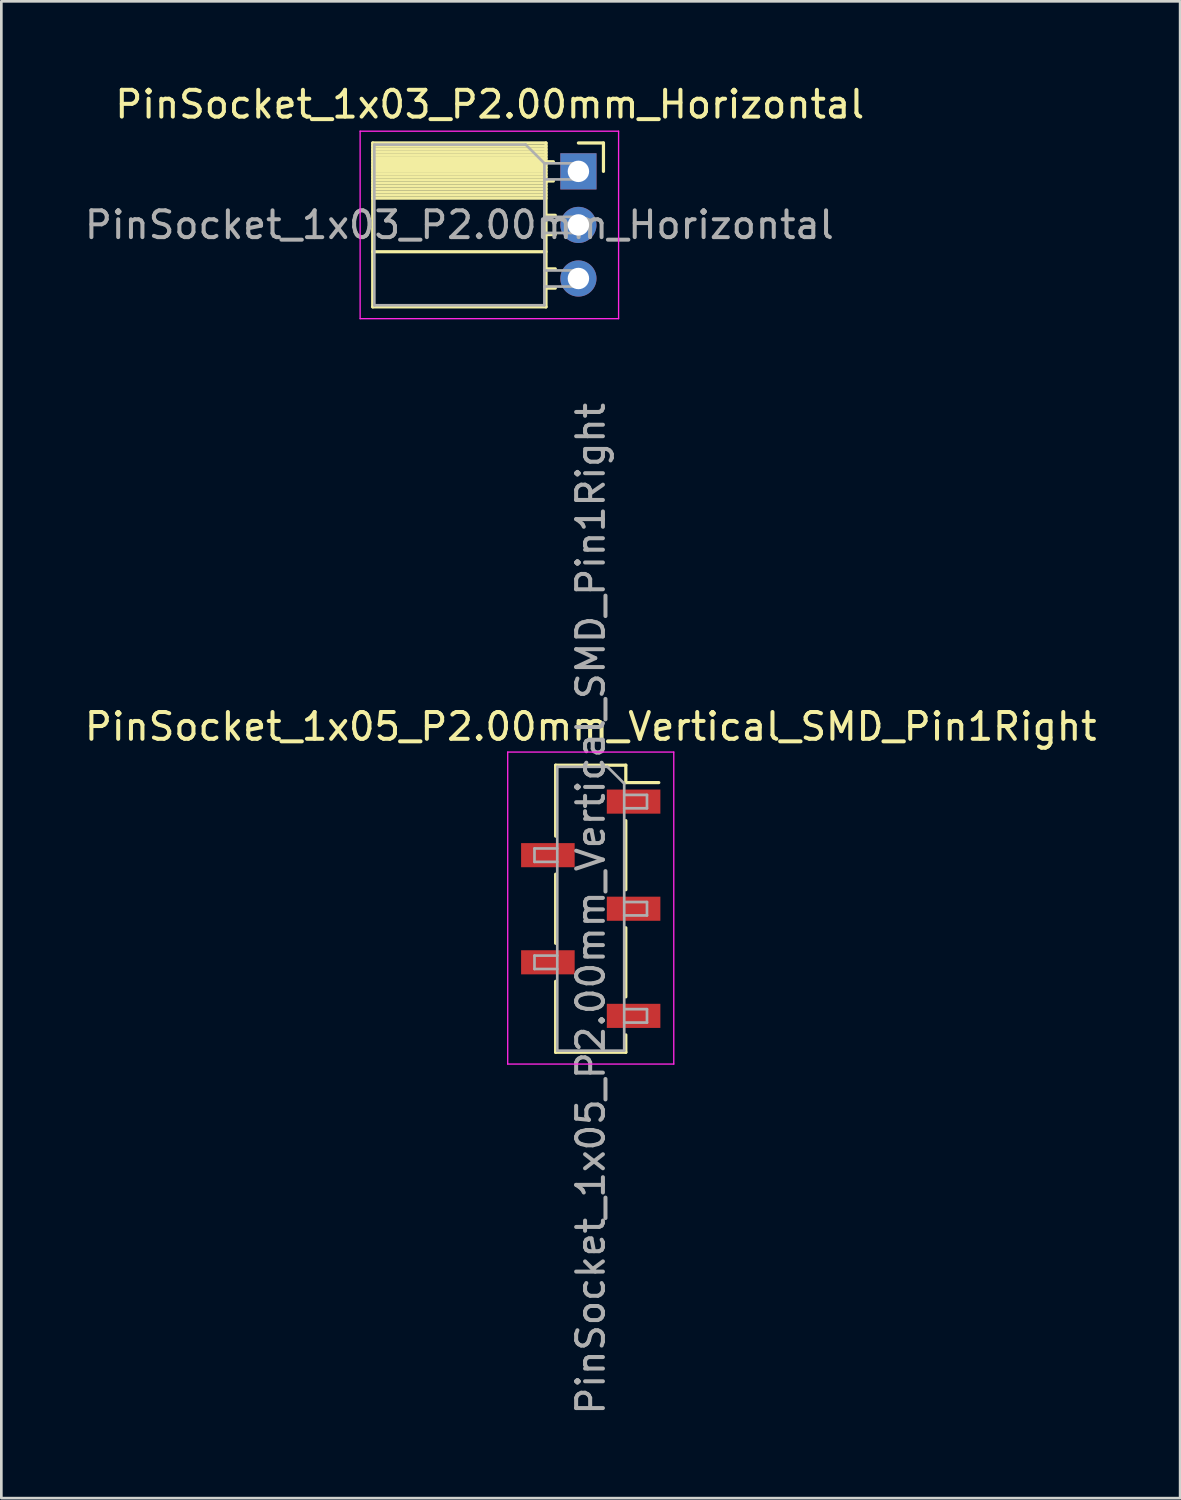
<source format=kicad_pcb>
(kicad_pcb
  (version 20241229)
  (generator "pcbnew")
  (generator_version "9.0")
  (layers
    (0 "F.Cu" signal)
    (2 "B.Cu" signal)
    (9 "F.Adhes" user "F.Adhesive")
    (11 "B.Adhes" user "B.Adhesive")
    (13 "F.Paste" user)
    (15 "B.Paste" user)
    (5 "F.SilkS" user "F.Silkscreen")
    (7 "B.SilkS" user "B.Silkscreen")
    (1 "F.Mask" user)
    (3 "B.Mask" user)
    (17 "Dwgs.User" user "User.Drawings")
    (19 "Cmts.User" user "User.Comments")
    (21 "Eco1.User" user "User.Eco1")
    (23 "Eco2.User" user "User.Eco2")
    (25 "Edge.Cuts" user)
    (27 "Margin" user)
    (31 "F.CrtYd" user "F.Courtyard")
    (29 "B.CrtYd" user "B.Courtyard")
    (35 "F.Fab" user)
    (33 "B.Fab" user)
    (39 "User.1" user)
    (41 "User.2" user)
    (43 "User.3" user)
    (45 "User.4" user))
  (footprint "PinSocket_1x05_P2.00mm_Vertical_SMD_Pin1Right"
    (layer "F.Cu")
    (at 19.006 30.879)
    (property "Reference" "PinSocket_1x05_P2.00mm_Vertical_SMD_Pin1Right" (at 0 -6.8 0) (layer "F.SilkS") (effects (font (size 1 1) (thickness 0.15))))
    (attr smd)
    (fp_line (start -1.31 -5.36) (end -1.31 -2.71) (stroke (width 0.12) (type solid)) (layer "F.SilkS"))
    (fp_line (start -1.31 -5.36) (end 1.31 -5.36) (stroke (width 0.12) (type solid)) (layer "F.SilkS"))
    (fp_line (start -1.31 -1.29) (end -1.31 1.29) (stroke (width 0.12) (type solid)) (layer "F.SilkS"))
    (fp_line (start -1.31 2.71) (end -1.31 5.36) (stroke (width 0.12) (type solid)) (layer "F.SilkS"))
    (fp_line (start -1.31 5.36) (end 1.31 5.36) (stroke (width 0.12) (type solid)) (layer "F.SilkS"))
    (fp_line (start 1.31 -5.36) (end 1.31 -4.71) (stroke (width 0.12) (type solid)) (layer "F.SilkS"))
    (fp_line (start 1.31 -4.71) (end 2.54 -4.71) (stroke (width 0.12) (type solid)) (layer "F.SilkS"))
    (fp_line (start 1.31 -3.29) (end 1.31 -0.71) (stroke (width 0.12) (type solid)) (layer "F.SilkS"))
    (fp_line (start 1.31 0.71) (end 1.31 3.29) (stroke (width 0.12) (type solid)) (layer "F.SilkS"))
    (fp_line (start 1.31 4.71) (end 1.31 5.36) (stroke (width 0.12) (type solid)) (layer "F.SilkS"))
    (fp_line (start -3.1 -5.85) (end 3.1 -5.85) (stroke (width 0.05) (type solid)) (layer "F.CrtYd"))
    (fp_line (start -3.1 5.8) (end -3.1 -5.85) (stroke (width 0.05) (type solid)) (layer "F.CrtYd"))
    (fp_line (start 3.1 -5.85) (end 3.1 5.8) (stroke (width 0.05) (type solid)) (layer "F.CrtYd"))
    (fp_line (start 3.1 5.8) (end -3.1 5.8) (stroke (width 0.05) (type solid)) (layer "F.CrtYd"))
    (fp_line (start -2.1 -2.25) (end -1.25 -2.25) (stroke (width 0.1) (type solid)) (layer "F.Fab"))
    (fp_line (start -2.1 -1.75) (end -2.1 -2.25) (stroke (width 0.1) (type solid)) (layer "F.Fab"))
    (fp_line (start -2.1 1.75) (end -1.25 1.75) (stroke (width 0.1) (type solid)) (layer "F.Fab"))
    (fp_line (start -2.1 2.25) (end -2.1 1.75) (stroke (width 0.1) (type solid)) (layer "F.Fab"))
    (fp_line (start -1.25 -5.3) (end 0.625 -5.3) (stroke (width 0.1) (type solid)) (layer "F.Fab"))
    (fp_line (start -1.25 -1.75) (end -2.1 -1.75) (stroke (width 0.1) (type solid)) (layer "F.Fab"))
    (fp_line (start -1.25 2.25) (end -2.1 2.25) (stroke (width 0.1) (type solid)) (layer "F.Fab"))
    (fp_line (start -1.25 5.3) (end -1.25 -5.3) (stroke (width 0.1) (type solid)) (layer "F.Fab"))
    (fp_line (start 0.625 -5.3) (end 1.25 -4.675) (stroke (width 0.1) (type solid)) (layer "F.Fab"))
    (fp_line (start 1.25 -4.675) (end 1.25 5.3) (stroke (width 0.1) (type solid)) (layer "F.Fab"))
    (fp_line (start 1.25 -4.25) (end 2.1 -4.25) (stroke (width 0.1) (type solid)) (layer "F.Fab"))
    (fp_line (start 1.25 -0.25) (end 2.1 -0.25) (stroke (width 0.1) (type solid)) (layer "F.Fab"))
    (fp_line (start 1.25 3.75) (end 2.1 3.75) (stroke (width 0.1) (type solid)) (layer "F.Fab"))
    (fp_line (start 1.25 5.3) (end -1.25 5.3) (stroke (width 0.1) (type solid)) (layer "F.Fab"))
    (fp_line (start 2.1 -4.25) (end 2.1 -3.75) (stroke (width 0.1) (type solid)) (layer "F.Fab"))
    (fp_line (start 2.1 -3.75) (end 1.25 -3.75) (stroke (width 0.1) (type solid)) (layer "F.Fab"))
    (fp_line (start 2.1 -0.25) (end 2.1 0.25) (stroke (width 0.1) (type solid)) (layer "F.Fab"))
    (fp_line (start 2.1 0.25) (end 1.25 0.25) (stroke (width 0.1) (type solid)) (layer "F.Fab"))
    (fp_line (start 2.1 3.75) (end 2.1 4.25) (stroke (width 0.1) (type solid)) (layer "F.Fab"))
    (fp_line (start 2.1 4.25) (end 1.25 4.25) (stroke (width 0.1) (type solid)) (layer "F.Fab"))
    (fp_text user "${REFERENCE}" (at 0 0 90) (layer "F.Fab") (effects (font (size 1 1) (thickness 0.15))))
    (pad "1" smd rect (at 1.6 -4) (size 2 0.9) (layers "F.Cu" "F.Mask" "F.Paste"))
    (pad "2" smd rect (at -1.6 -2) (size 2 0.9) (layers "F.Cu" "F.Mask" "F.Paste"))
    (pad "3" smd rect (at 1.6 0) (size 2 0.9) (layers "F.Cu" "F.Mask" "F.Paste"))
    (pad "4" smd rect (at -1.6 2) (size 2 0.9) (layers "F.Cu" "F.Mask" "F.Paste"))
    (pad "5" smd rect (at 1.6 4) (size 2 0.9) (layers "F.Cu" "F.Mask" "F.Paste")))
  (footprint "PinSocket_1x03_P2.00mm_Horizontal"
    (layer "F.Cu")
    (at 18.546 3.348)
    (property "Reference" "PinSocket_1x03_P2.00mm_Horizontal" (at -3.31 -2.5 0) (layer "F.SilkS") (effects (font (size 1 1) (thickness 0.15))))
    (attr through_hole)
    (fp_line (start -7.68 -1.06) (end -7.68 5.06) (stroke (width 0.12) (type solid)) (layer "F.SilkS"))
    (fp_line (start -7.68 -1.06) (end -1.21 -1.06) (stroke (width 0.12) (type solid)) (layer "F.SilkS"))
    (fp_line (start -7.68 -0.94) (end -1.21 -0.94) (stroke (width 0.12) (type solid)) (layer "F.SilkS"))
    (fp_line (start -7.68 -0.826) (end -1.21 -0.826) (stroke (width 0.12) (type solid)) (layer "F.SilkS"))
    (fp_line (start -7.68 -0.712) (end -1.21 -0.712) (stroke (width 0.12) (type solid)) (layer "F.SilkS"))
    (fp_line (start -7.68 -0.598) (end -1.21 -0.598) (stroke (width 0.12) (type solid)) (layer "F.SilkS"))
    (fp_line (start -7.68 -0.484) (end -1.21 -0.484) (stroke (width 0.12) (type solid)) (layer "F.SilkS"))
    (fp_line (start -7.68 -0.369) (end -1.21 -0.369) (stroke (width 0.12) (type solid)) (layer "F.SilkS"))
    (fp_line (start -7.68 -0.255) (end -1.21 -0.255) (stroke (width 0.12) (type solid)) (layer "F.SilkS"))
    (fp_line (start -7.68 -0.141) (end -1.21 -0.141) (stroke (width 0.12) (type solid)) (layer "F.SilkS"))
    (fp_line (start -7.68 -0.027) (end -1.21 -0.027) (stroke (width 0.12) (type solid)) (layer "F.SilkS"))
    (fp_line (start -7.68 0.087) (end -1.21 0.087) (stroke (width 0.12) (type solid)) (layer "F.SilkS"))
    (fp_line (start -7.68 0.201) (end -1.21 0.201) (stroke (width 0.12) (type solid)) (layer "F.SilkS"))
    (fp_line (start -7.68 0.315) (end -1.21 0.315) (stroke (width 0.12) (type solid)) (layer "F.SilkS"))
    (fp_line (start -7.68 0.429) (end -1.21 0.429) (stroke (width 0.12) (type solid)) (layer "F.SilkS"))
    (fp_line (start -7.68 0.544) (end -1.21 0.544) (stroke (width 0.12) (type solid)) (layer "F.SilkS"))
    (fp_line (start -7.68 0.658) (end -1.21 0.658) (stroke (width 0.12) (type solid)) (layer "F.SilkS"))
    (fp_line (start -7.68 0.772) (end -1.21 0.772) (stroke (width 0.12) (type solid)) (layer "F.SilkS"))
    (fp_line (start -7.68 0.886) (end -1.21 0.886) (stroke (width 0.12) (type solid)) (layer "F.SilkS"))
    (fp_line (start -7.68 1) (end -1.21 1) (stroke (width 0.12) (type solid)) (layer "F.SilkS"))
    (fp_line (start -7.68 3) (end -1.21 3) (stroke (width 0.12) (type solid)) (layer "F.SilkS"))
    (fp_line (start -7.68 5.06) (end -1.21 5.06) (stroke (width 0.12) (type solid)) (layer "F.SilkS"))
    (fp_line (start -1.21 -1.06) (end -1.21 5.06) (stroke (width 0.12) (type solid)) (layer "F.SilkS"))
    (fp_line (start -1.21 -0.36) (end -0.935 -0.36) (stroke (width 0.12) (type solid)) (layer "F.SilkS"))
    (fp_line (start -1.21 0.36) (end -0.935 0.36) (stroke (width 0.12) (type solid)) (layer "F.SilkS"))
    (fp_line (start -1.21 1.64) (end -0.863 1.64) (stroke (width 0.12) (type solid)) (layer "F.SilkS"))
    (fp_line (start -1.21 2.36) (end -0.863 2.36) (stroke (width 0.12) (type solid)) (layer "F.SilkS"))
    (fp_line (start -1.21 3.64) (end -0.863 3.64) (stroke (width 0.12) (type solid)) (layer "F.SilkS"))
    (fp_line (start -1.21 4.36) (end -0.863 4.36) (stroke (width 0.12) (type solid)) (layer "F.SilkS"))
    (fp_line (start 0 -1.06) (end 0.935 -1.06) (stroke (width 0.12) (type solid)) (layer "F.SilkS"))
    (fp_line (start 0.935 -1.06) (end 0.935 0) (stroke (width 0.12) (type solid)) (layer "F.SilkS"))
    (fp_line (start -8.15 -1.5) (end -8.15 5.5) (stroke (width 0.05) (type solid)) (layer "F.CrtYd"))
    (fp_line (start -8.15 5.5) (end 1.5 5.5) (stroke (width 0.05) (type solid)) (layer "F.CrtYd"))
    (fp_line (start 1.5 -1.5) (end -8.15 -1.5) (stroke (width 0.05) (type solid)) (layer "F.CrtYd"))
    (fp_line (start 1.5 5.5) (end 1.5 -1.5) (stroke (width 0.05) (type solid)) (layer "F.CrtYd"))
    (fp_line (start -7.62 -1) (end -1.97 -1) (stroke (width 0.1) (type solid)) (layer "F.Fab"))
    (fp_line (start -7.62 5) (end -7.62 -1) (stroke (width 0.1) (type solid)) (layer "F.Fab"))
    (fp_line (start -1.97 -1) (end -1.27 -0.3) (stroke (width 0.1) (type solid)) (layer "F.Fab"))
    (fp_line (start -1.27 -0.3) (end -1.27 5) (stroke (width 0.1) (type solid)) (layer "F.Fab"))
    (fp_line (start -1.27 0.3) (end 0 0.3) (stroke (width 0.1) (type solid)) (layer "F.Fab"))
    (fp_line (start -1.27 2.3) (end 0 2.3) (stroke (width 0.1) (type solid)) (layer "F.Fab"))
    (fp_line (start -1.27 4.3) (end 0 4.3) (stroke (width 0.1) (type solid)) (layer "F.Fab"))
    (fp_line (start -1.27 5) (end -7.62 5) (stroke (width 0.1) (type solid)) (layer "F.Fab"))
    (fp_line (start 0 -0.3) (end -1.27 -0.3) (stroke (width 0.1) (type solid)) (layer "F.Fab"))
    (fp_line (start 0 0.3) (end 0 -0.3) (stroke (width 0.1) (type solid)) (layer "F.Fab"))
    (fp_line (start 0 1.7) (end -1.27 1.7) (stroke (width 0.1) (type solid)) (layer "F.Fab"))
    (fp_line (start 0 2.3) (end 0 1.7) (stroke (width 0.1) (type solid)) (layer "F.Fab"))
    (fp_line (start 0 3.7) (end -1.27 3.7) (stroke (width 0.1) (type solid)) (layer "F.Fab"))
    (fp_line (start 0 4.3) (end 0 3.7) (stroke (width 0.1) (type solid)) (layer "F.Fab"))
    (fp_text user "${REFERENCE}" (at -4.445 2 0) (layer "F.Fab") (effects (font (size 1 1) (thickness 0.15))))
    (pad "1" thru_hole rect (at 0 0) (size 1.35 1.35) (drill 0.8) (layers "*.Cu" "*.Mask"))
    (pad "2" thru_hole oval (at 0 2) (size 1.35 1.35) (drill 0.8) (layers "*.Cu" "*.Mask"))
    (pad "3" thru_hole oval (at 0 4) (size 1.35 1.35) (drill 0.8) (layers "*.Cu" "*.Mask")))
  (gr_rect
    (start -3 -3)
    (end 41.012 52.885)
    (stroke (width 0.1) (type default))
    (fill no)
    (layer "Edge.Cuts")))
</source>
